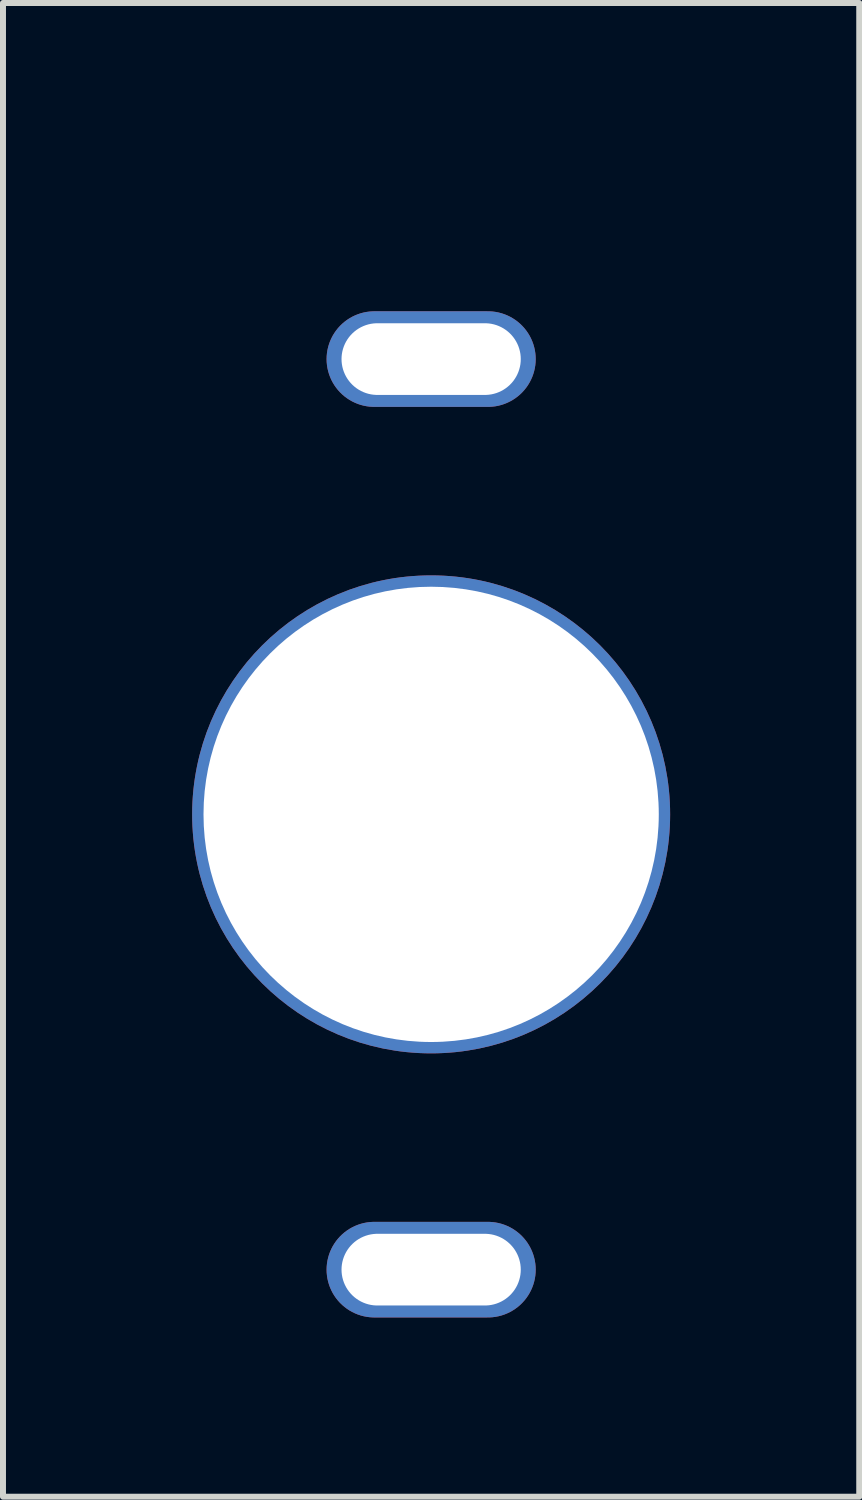
<source format=kicad_pcb>
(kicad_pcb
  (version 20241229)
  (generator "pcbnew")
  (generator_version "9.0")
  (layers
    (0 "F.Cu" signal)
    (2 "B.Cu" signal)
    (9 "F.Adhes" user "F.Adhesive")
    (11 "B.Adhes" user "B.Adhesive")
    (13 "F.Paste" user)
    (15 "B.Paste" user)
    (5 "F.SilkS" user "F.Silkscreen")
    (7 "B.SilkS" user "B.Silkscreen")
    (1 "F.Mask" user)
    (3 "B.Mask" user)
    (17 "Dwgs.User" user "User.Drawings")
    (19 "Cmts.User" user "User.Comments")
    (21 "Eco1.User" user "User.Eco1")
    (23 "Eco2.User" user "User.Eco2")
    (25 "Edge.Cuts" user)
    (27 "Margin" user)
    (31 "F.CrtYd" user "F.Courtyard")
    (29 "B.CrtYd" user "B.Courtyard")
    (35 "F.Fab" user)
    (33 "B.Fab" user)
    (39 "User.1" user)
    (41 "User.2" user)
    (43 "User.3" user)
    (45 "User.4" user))
  (footprint "Push_SWITCH_hole"
    (layer "F.Cu")
    (at 4.166 10.58)
    (property "Reference" "Push_SWITCH_hole" (at -3.048 -3.556 90) (layer "Eco2.User") (effects (font (size 1 1) (thickness 0.178))))
    (attr exclude_from_pos_files exclude_from_bom)
    (fp_circle (center 0 0) (end -1.27 2.794) (stroke (width 0.15) (type solid)) (fill no) (layer "Dwgs.User"))
    (fp_line (start -4.064 -5.588) (end -4.064 5.334) (stroke (width 0.203) (type solid)) (layer "Eco2.User"))
    (fp_line (start -4.064 5.334) (end -3.048 6.35) (stroke (width 0.15) (type solid)) (layer "Eco2.User"))
    (fp_line (start -3.302 -6.35) (end -4.064 -5.588) (stroke (width 0.15) (type solid)) (layer "Eco2.User"))
    (fp_line (start -1.778 6.35) (end -3.048 6.35) (stroke (width 0.203) (type solid)) (layer "Eco2.User"))
    (fp_line (start -1.748 -6.35) (end -3.302 -6.35) (stroke (width 0.203) (type solid)) (layer "Eco2.User"))
    (fp_line (start 3.048 6.35) (end 1.748 6.35) (stroke (width 0.203) (type solid)) (layer "Eco2.User"))
    (fp_line (start 3.302 -6.35) (end 1.748 -6.35) (stroke (width 0.203) (type solid)) (layer "Eco2.User"))
    (fp_line (start 3.302 -6.35) (end 4.064 -5.588) (stroke (width 0.15) (type solid)) (layer "Eco2.User"))
    (fp_line (start 4.064 5.334) (end 3.048 6.35) (stroke (width 0.15) (type solid)) (layer "Eco2.User"))
    (fp_line (start 4.064 5.334) (end 4.064 -5.588) (stroke (width 0.203) (type solid)) (layer "Eco2.User"))
    (fp_circle (center 0 0) (end -1.524 1.778) (stroke (width 0.15) (type solid)) (fill no) (layer "Eco2.User"))
    (pad "" thru_hole circle (at 0 0) (size 8 8) (drill 7.62) (layers "*.Cu" "*.Mask"))
    (pad "1" thru_hole oval (at 0 -7.62) (size 3.5 1.6) (drill oval 3 1.2) (layers "*.Cu" "*.Mask"))
    (pad "2" thru_hole oval (at 0 7.62) (size 3.5 1.6) (drill oval 3 1.2) (layers "*.Cu" "*.Mask")))
  (gr_rect
    (start -3 -3)
    (end 11.331 22)
    (stroke (width 0.1) (type default))
    (fill no)
    (layer "Edge.Cuts")))
</source>
